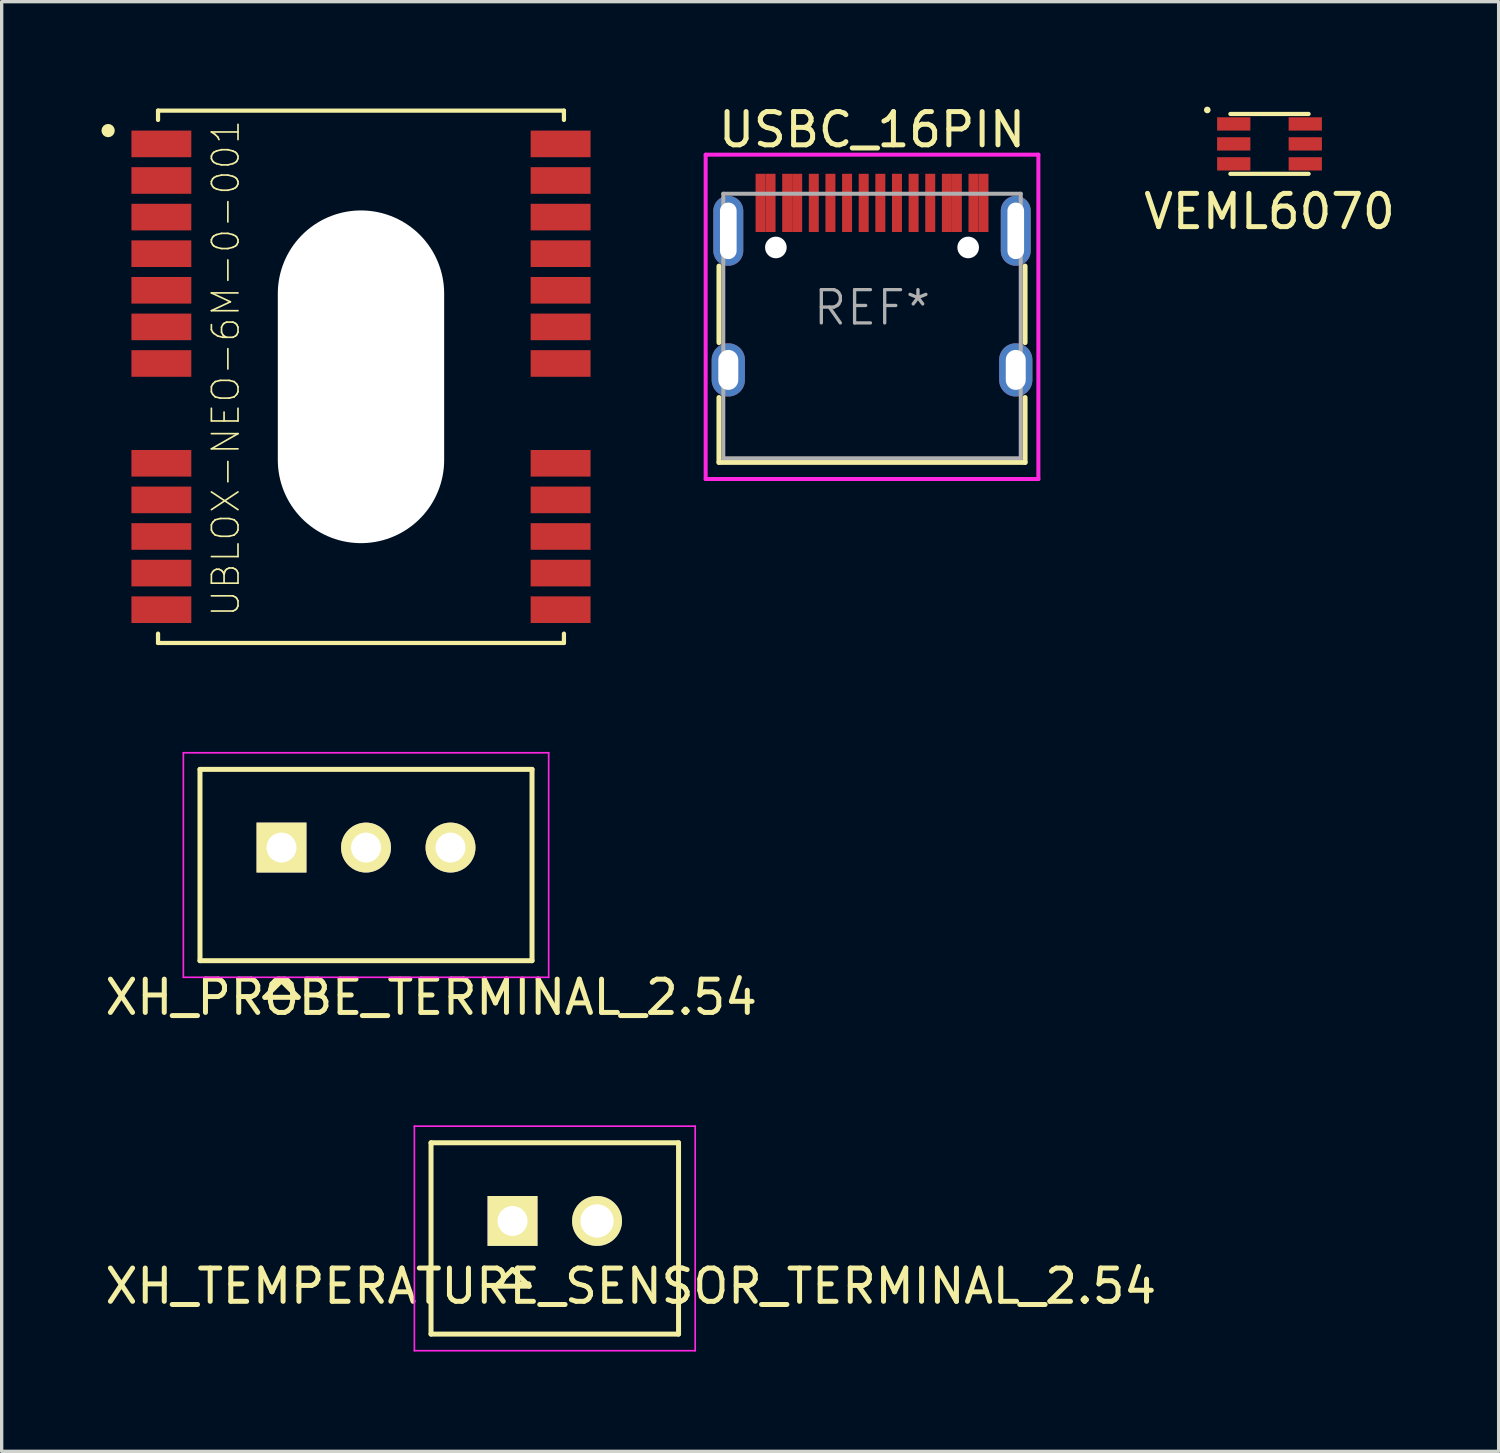
<source format=kicad_pcb>
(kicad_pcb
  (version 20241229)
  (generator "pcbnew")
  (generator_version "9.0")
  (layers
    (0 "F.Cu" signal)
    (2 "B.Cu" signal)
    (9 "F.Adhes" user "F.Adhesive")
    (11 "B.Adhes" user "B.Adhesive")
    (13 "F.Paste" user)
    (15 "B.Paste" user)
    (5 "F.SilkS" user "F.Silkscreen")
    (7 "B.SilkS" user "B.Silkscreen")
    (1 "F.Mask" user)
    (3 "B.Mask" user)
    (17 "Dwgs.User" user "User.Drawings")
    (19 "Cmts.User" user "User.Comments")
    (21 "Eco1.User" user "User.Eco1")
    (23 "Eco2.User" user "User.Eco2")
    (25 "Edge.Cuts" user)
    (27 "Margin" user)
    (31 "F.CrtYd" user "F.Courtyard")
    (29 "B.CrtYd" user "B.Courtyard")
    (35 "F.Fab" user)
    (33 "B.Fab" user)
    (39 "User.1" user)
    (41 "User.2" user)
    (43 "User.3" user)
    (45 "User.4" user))
  (footprint "USBC_16PIN"
    (layer "F.Cu")
    (at 23.16 6.198)
    (property "Reference" "USBC_16PIN" (at 0 -5.35 0) (layer "F.SilkS") (effects (font (size 1 1) (thickness 0.15))))
    (attr through_hole)
    (fp_line (start -4.6 1.05) (end -4.6 -1.25) (stroke (width 0.15) (type solid)) (layer "F.SilkS"))
    (fp_line (start -4.6 4.65) (end -4.6 2.7) (stroke (width 0.15) (type solid)) (layer "F.SilkS"))
    (fp_line (start 4.6 1.05) (end 4.6 -1.25) (stroke (width 0.15) (type solid)) (layer "F.SilkS"))
    (fp_line (start 4.6 4.65) (end -4.6 4.65) (stroke (width 0.15) (type solid)) (layer "F.SilkS"))
    (fp_line (start 4.6 4.65) (end 4.6 2.7) (stroke (width 0.15) (type solid)) (layer "F.SilkS"))
    (fp_line (start -5 -4.6) (end -5 5.15) (stroke (width 0.12) (type solid)) (layer "F.CrtYd"))
    (fp_line (start -5 -4.6) (end 5 -4.6) (stroke (width 0.12) (type solid)) (layer "F.CrtYd"))
    (fp_line (start -5 5.15) (end 5 5.15) (stroke (width 0.12) (type solid)) (layer "F.CrtYd"))
    (fp_line (start 5 -4.6) (end 5 5.15) (stroke (width 0.12) (type solid)) (layer "F.CrtYd"))
    (fp_line (start -4.47 -3.425) (end -4.47 4.525) (stroke (width 0.12) (type solid)) (layer "F.Fab"))
    (fp_line (start -4.47 -3.425) (end 4.47 -3.425) (stroke (width 0.12) (type solid)) (layer "F.Fab"))
    (fp_line (start 4.47 -3.425) (end 4.47 4.525) (stroke (width 0.12) (type solid)) (layer "F.Fab"))
    (fp_line (start 4.47 4.525) (end -4.47 4.525) (stroke (width 0.12) (type solid)) (layer "F.Fab"))
    (fp_text user "REF*" (at 0 0 0) (layer "F.Fab") (effects (font (size 1 1) (thickness 0.1))))
    (pad "" np_thru_hole circle (at -2.89 -1.81) (size 0.65 0.65) (drill 0.65) (layers "*.Cu" "*.Mask"))
    (pad "" np_thru_hole circle (at 2.89 -1.81) (size 0.65 0.65) (drill 0.65) (layers "*.Cu" "*.Mask"))
    (pad "A1" smd rect (at -3.35 -3.15) (size 0.3 1.75) (layers "F.Cu" "F.Mask" "F.Paste"))
    (pad "A4" smd rect (at -2.55 -3.15) (size 0.3 1.75) (layers "F.Cu" "F.Mask" "F.Paste"))
    (pad "A5" smd rect (at -1.25 -3.15) (size 0.3 1.75) (layers "F.Cu" "F.Mask" "F.Paste"))
    (pad "A6" smd rect (at -0.25 -3.15) (size 0.3 1.75) (layers "F.Cu" "F.Mask" "F.Paste"))
    (pad "A7" smd rect (at 0.25 -3.15) (size 0.3 1.75) (layers "F.Cu" "F.Mask" "F.Paste"))
    (pad "A8" smd rect (at 1.25 -3.15) (size 0.3 1.75) (layers "F.Cu" "F.Mask" "F.Paste"))
    (pad "A9" smd rect (at 2.55 -3.15) (size 0.3 1.75) (layers "F.Cu" "F.Mask" "F.Paste"))
    (pad "A12" smd rect (at 3.35 -3.15) (size 0.3 1.75) (layers "F.Cu" "F.Mask" "F.Paste"))
    (pad "B1" smd rect (at 3.05 -3.15) (size 0.3 1.75) (layers "F.Cu" "F.Mask" "F.Paste"))
    (pad "B4" smd rect (at 2.25 -3.15) (size 0.3 1.75) (layers "F.Cu" "F.Mask" "F.Paste"))
    (pad "B5" smd rect (at 1.75 -3.15) (size 0.3 1.75) (layers "F.Cu" "F.Mask" "F.Paste"))
    (pad "B6" smd rect (at 0.75 -3.15) (size 0.3 1.75) (layers "F.Cu" "F.Mask" "F.Paste"))
    (pad "B7" smd rect (at -0.75 -3.15) (size 0.3 1.75) (layers "F.Cu" "F.Mask" "F.Paste"))
    (pad "B8" smd rect (at -1.75 -3.15) (size 0.3 1.75) (layers "F.Cu" "F.Mask" "F.Paste"))
    (pad "B9" smd rect (at -2.25 -3.15) (size 0.3 1.75) (layers "F.Cu" "F.Mask" "F.Paste"))
    (pad "B12" smd rect (at -3.05 -3.15) (size 0.3 1.75) (layers "F.Cu" "F.Mask" "F.Paste"))
    (pad "S1" thru_hole oval (at -4.32 -2.31) (size 0.9 2.1) (drill oval 0.5 1.7) (layers "*.Cu" "*.Mask"))
    (pad "S1" thru_hole oval (at -4.32 1.87) (size 1 1.6) (drill oval 0.6 1.2) (layers "*.Cu" "*.Mask"))
    (pad "S1" thru_hole oval (at 4.32 -2.31) (size 0.9 2.1) (drill oval 0.5 1.7) (layers "*.Cu" "*.Mask"))
    (pad "S1" thru_hole oval (at 4.32 1.87) (size 1 1.6) (drill oval 0.6 1.2) (layers "*.Cu" "*.Mask")))
  (footprint "XH_TEMPERATURE_SENSOR_TERMINAL_2.54"
    (layer "F.Cu")
    (at 12.355 33.648)
    (property "Reference" "XH_TEMPERATURE_SENSOR_TERMINAL_2.54" (at 3.556 1.96 0) (layer "F.SilkS") (effects (font (size 1 1) (thickness 0.15))))
    (attr through_hole)
    (fp_line (start -2.45 -2.35) (end -2.45 3.4) (stroke (width 0.15) (type solid)) (layer "F.SilkS"))
    (fp_line (start -2.45 -2.35) (end 4.99 -2.35) (stroke (width 0.15) (type solid)) (layer "F.SilkS"))
    (fp_line (start -2.45 3.4) (end 4.99 3.4) (stroke (width 0.15) (type solid)) (layer "F.SilkS"))
    (fp_line (start -0.5 1.96) (end 0.5 1.96) (stroke (width 0.15) (type solid)) (layer "F.SilkS"))
    (fp_line (start 0 1.46) (end -0.5 1.96) (stroke (width 0.15) (type solid)) (layer "F.SilkS"))
    (fp_line (start 0 1.46) (end 0.5 1.96) (stroke (width 0.15) (type solid)) (layer "F.SilkS"))
    (fp_line (start 4.99 -2.35) (end 4.99 3.4) (stroke (width 0.15) (type solid)) (layer "F.SilkS"))
    (fp_line (start -2.95 -2.85) (end -2.95 3.9) (stroke (width 0.05) (type solid)) (layer "F.CrtYd"))
    (fp_line (start -2.95 -2.85) (end 5.49 -2.85) (stroke (width 0.05) (type solid)) (layer "F.CrtYd"))
    (fp_line (start -2.95 3.9) (end 5.49 3.9) (stroke (width 0.05) (type solid)) (layer "F.CrtYd"))
    (fp_line (start 5.49 -2.85) (end 5.49 3.9) (stroke (width 0.05) (type solid)) (layer "F.CrtYd"))
    (pad "1" thru_hole rect (at 0 0) (size 1.5 1.5) (drill 0.9) (layers "*.Cu" "*.Mask" "F.SilkS"))
    (pad "2" thru_hole circle (at 2.54 0) (size 1.5 1.5) (drill 1) (layers "*.Cu" "*.Mask" "F.SilkS")))
  (footprint "UBLOX-NEO-6M-0-001"
    (layer "F.Cu")
    (at 7.8 8.275)
    (property "Reference" "UBLOX-NEO-6M-0-001" (at -4.064 -0.254 270) (layer "F.SilkS") (effects (font (size 0.8 0.8) (thickness 0.05))))
    (attr smd)
    (fp_line (start -6.1 -8) (end 6.1 -8) (stroke (width 0.127) (type solid)) (layer "F.SilkS"))
    (fp_line (start -6.1 -7.72) (end -6.1 -8) (stroke (width 0.127) (type solid)) (layer "F.SilkS"))
    (fp_line (start -6.1 7.72) (end -6.1 8) (stroke (width 0.127) (type solid)) (layer "F.SilkS"))
    (fp_line (start -6.1 8) (end 6.1 8) (stroke (width 0.127) (type solid)) (layer "F.SilkS"))
    (fp_line (start 6.1 -8) (end 6.1 -7.72) (stroke (width 0.127) (type solid)) (layer "F.SilkS"))
    (fp_line (start 6.1 8) (end 6.1 7.72) (stroke (width 0.127) (type solid)) (layer "F.SilkS"))
    (fp_circle (center -7.6 -7.4) (end -7.5 -7.4) (stroke (width 0.2) (type solid)) (fill no) (layer "F.SilkS"))
    (fp_poly (pts (xy -7.3 -6.6) (xy -6.1 -6.6) (xy -6.1 -6.7) (xy -5.2 -6.7) (xy -5.2 -7.3) (xy -6.1 -7.3) (xy -6.1 -7.4) (xy -7.3 -7.4)) (stroke (width 0.0001) (type solid)) (fill yes) (layer "F.Paste"))
    (fp_poly (pts (xy -7.3 -5.5) (xy -6.1 -5.5) (xy -6.1 -5.6) (xy -5.2 -5.6) (xy -5.2 -6.2) (xy -6.1 -6.2) (xy -6.1 -6.3) (xy -7.3 -6.3)) (stroke (width 0.0001) (type solid)) (fill yes) (layer "F.Paste"))
    (fp_poly (pts (xy -7.3 -4.4) (xy -6.1 -4.4) (xy -6.1 -4.5) (xy -5.2 -4.5) (xy -5.2 -5.1) (xy -6.1 -5.1) (xy -6.1 -5.2) (xy -7.3 -5.2)) (stroke (width 0.0001) (type solid)) (fill yes) (layer "F.Paste"))
    (fp_poly (pts (xy -7.3 -3.3) (xy -6.1 -3.3) (xy -6.1 -3.4) (xy -5.2 -3.4) (xy -5.2 -4) (xy -6.1 -4) (xy -6.1 -4.1) (xy -7.3 -4.1)) (stroke (width 0.0001) (type solid)) (fill yes) (layer "F.Paste"))
    (fp_poly (pts (xy -7.3 -2.2) (xy -6.1 -2.2) (xy -6.1 -2.3) (xy -5.2 -2.3) (xy -5.2 -2.9) (xy -6.1 -2.9) (xy -6.1 -3) (xy -7.3 -3)) (stroke (width 0.0001) (type solid)) (fill yes) (layer "F.Paste"))
    (fp_poly (pts (xy -7.3 -1.1) (xy -6.1 -1.1) (xy -6.1 -1.2) (xy -5.2 -1.2) (xy -5.2 -1.8) (xy -6.1 -1.8) (xy -6.1 -1.9) (xy -7.3 -1.9)) (stroke (width 0.0001) (type solid)) (fill yes) (layer "F.Paste"))
    (fp_poly (pts (xy -7.3 0) (xy -6.1 0) (xy -6.1 -0.1) (xy -5.2 -0.1) (xy -5.2 -0.7) (xy -6.1 -0.7) (xy -6.1 -0.8) (xy -7.3 -0.8)) (stroke (width 0.0001) (type solid)) (fill yes) (layer "F.Paste"))
    (fp_poly (pts (xy -7.3 2.2) (xy -6.1 2.2) (xy -6.1 2.3) (xy -5.2 2.3) (xy -5.2 2.9) (xy -6.1 2.9) (xy -6.1 3) (xy -7.3 3)) (stroke (width 0.0001) (type solid)) (fill yes) (layer "F.Paste"))
    (fp_poly (pts (xy -7.3 3.3) (xy -6.1 3.3) (xy -6.1 3.4) (xy -5.2 3.4) (xy -5.2 4) (xy -6.1 4) (xy -6.1 4.1) (xy -7.3 4.1)) (stroke (width 0.0001) (type solid)) (fill yes) (layer "F.Paste"))
    (fp_poly (pts (xy -7.3 4.4) (xy -6.1 4.4) (xy -6.1 4.5) (xy -5.2 4.5) (xy -5.2 5.1) (xy -6.1 5.1) (xy -6.1 5.2) (xy -7.3 5.2)) (stroke (width 0.0001) (type solid)) (fill yes) (layer "F.Paste"))
    (fp_poly (pts (xy -7.3 5.5) (xy -6.1 5.5) (xy -6.1 5.6) (xy -5.2 5.6) (xy -5.2 6.2) (xy -6.1 6.2) (xy -6.1 6.3) (xy -7.3 6.3)) (stroke (width 0.0001) (type solid)) (fill yes) (layer "F.Paste"))
    (fp_poly (pts (xy -7.3 6.6) (xy -6.1 6.6) (xy -6.1 6.7) (xy -5.2 6.7) (xy -5.2 7.3) (xy -6.1 7.3) (xy -6.1 7.4) (xy -7.3 7.4)) (stroke (width 0.0001) (type solid)) (fill yes) (layer "F.Paste"))
    (fp_poly (pts (xy 7.3 -6.6) (xy 6.1 -6.6) (xy 6.1 -6.7) (xy 5.2 -6.7) (xy 5.2 -7.3) (xy 6.1 -7.3) (xy 6.1 -7.4) (xy 7.3 -7.4)) (stroke (width 0.0001) (type solid)) (fill yes) (layer "F.Paste"))
    (fp_poly (pts (xy 7.3 -5.5) (xy 6.1 -5.5) (xy 6.1 -5.6) (xy 5.2 -5.6) (xy 5.2 -6.2) (xy 6.1 -6.2) (xy 6.1 -6.3) (xy 7.3 -6.3)) (stroke (width 0.0001) (type solid)) (fill yes) (layer "F.Paste"))
    (fp_poly (pts (xy 7.3 -4.4) (xy 6.1 -4.4) (xy 6.1 -4.5) (xy 5.2 -4.5) (xy 5.2 -5.1) (xy 6.1 -5.1) (xy 6.1 -5.2) (xy 7.3 -5.2)) (stroke (width 0.0001) (type solid)) (fill yes) (layer "F.Paste"))
    (fp_poly (pts (xy 7.3 -3.3) (xy 6.1 -3.3) (xy 6.1 -3.4) (xy 5.2 -3.4) (xy 5.2 -4) (xy 6.1 -4) (xy 6.1 -4.1) (xy 7.3 -4.1)) (stroke (width 0.0001) (type solid)) (fill yes) (layer "F.Paste"))
    (fp_poly (pts (xy 7.3 -2.2) (xy 6.1 -2.2) (xy 6.1 -2.3) (xy 5.2 -2.3) (xy 5.2 -2.9) (xy 6.1 -2.9) (xy 6.1 -3) (xy 7.3 -3)) (stroke (width 0.0001) (type solid)) (fill yes) (layer "F.Paste"))
    (fp_poly (pts (xy 7.3 -1.1) (xy 6.1 -1.1) (xy 6.1 -1.2) (xy 5.2 -1.2) (xy 5.2 -1.8) (xy 6.1 -1.8) (xy 6.1 -1.9) (xy 7.3 -1.9)) (stroke (width 0.0001) (type solid)) (fill yes) (layer "F.Paste"))
    (fp_poly (pts (xy 7.3 0) (xy 6.1 0) (xy 6.1 -0.1) (xy 5.2 -0.1) (xy 5.2 -0.7) (xy 6.1 -0.7) (xy 6.1 -0.8) (xy 7.3 -0.8)) (stroke (width 0.0001) (type solid)) (fill yes) (layer "F.Paste"))
    (fp_poly (pts (xy 7.3 2.2) (xy 6.1 2.2) (xy 6.1 2.3) (xy 5.2 2.3) (xy 5.2 2.9) (xy 6.1 2.9) (xy 6.1 3) (xy 7.3 3)) (stroke (width 0.0001) (type solid)) (fill yes) (layer "F.Paste"))
    (fp_poly (pts (xy 7.3 3.3) (xy 6.1 3.3) (xy 6.1 3.4) (xy 5.2 3.4) (xy 5.2 4) (xy 6.1 4) (xy 6.1 4.1) (xy 7.3 4.1)) (stroke (width 0.0001) (type solid)) (fill yes) (layer "F.Paste"))
    (fp_poly (pts (xy 7.3 4.4) (xy 6.1 4.4) (xy 6.1 4.5) (xy 5.2 4.5) (xy 5.2 5.1) (xy 6.1 5.1) (xy 6.1 5.2) (xy 7.3 5.2)) (stroke (width 0.0001) (type solid)) (fill yes) (layer "F.Paste"))
    (fp_poly (pts (xy 7.3 5.5) (xy 6.1 5.5) (xy 6.1 5.6) (xy 5.2 5.6) (xy 5.2 6.2) (xy 6.1 6.2) (xy 6.1 6.3) (xy 7.3 6.3)) (stroke (width 0.0001) (type solid)) (fill yes) (layer "F.Paste"))
    (fp_poly (pts (xy 7.3 6.6) (xy 6.1 6.6) (xy 6.1 6.7) (xy 5.2 6.7) (xy 5.2 7.3) (xy 6.1 7.3) (xy 6.1 7.4) (xy 7.3 7.4)) (stroke (width 0.0001) (type solid)) (fill yes) (layer "F.Paste"))
    (fp_line (start -7.15 -8.25) (end 7.15 -8.25) (stroke (width 0.05) (type solid)) (layer "Eco1.User"))
    (fp_line (start -7.15 8.25) (end -7.15 -8.25) (stroke (width 0.05) (type solid)) (layer "Eco1.User"))
    (fp_line (start 7.15 -8.25) (end 7.15 8.25) (stroke (width 0.05) (type solid)) (layer "Eco1.User"))
    (fp_line (start 7.15 8.25) (end -7.15 8.25) (stroke (width 0.05) (type solid)) (layer "Eco1.User"))
    (fp_line (start -6.1 -8) (end 6.1 -8) (stroke (width 0.127) (type solid)) (layer "Eco2.User"))
    (fp_line (start -6.1 8) (end -6.1 -8) (stroke (width 0.127) (type solid)) (layer "Eco2.User"))
    (fp_line (start 6.1 -8) (end 6.1 8) (stroke (width 0.127) (type solid)) (layer "Eco2.User"))
    (fp_line (start 6.1 8) (end -6.1 8) (stroke (width 0.127) (type solid)) (layer "Eco2.User"))
    (fp_circle (center -7.6 -7.4) (end -7.5 -7.4) (stroke (width 0.2) (type solid)) (fill no) (layer "Eco2.User"))
    (pad "" np_thru_hole oval (at 0 0 270) (size 10 5) (drill oval 10 5) (layers "*.Cu" "*.Mask"))
    (pad "1" smd rect (at -6 -7 180) (size 1.8 0.8) (layers "F.Cu" "F.Mask" "F.Paste"))
    (pad "2" smd rect (at -6 -5.9 180) (size 1.8 0.8) (layers "F.Cu" "F.Mask" "F.Paste"))
    (pad "3" smd rect (at -6 -4.8 180) (size 1.8 0.8) (layers "F.Cu" "F.Mask" "F.Paste"))
    (pad "4" smd rect (at -6 -3.7 180) (size 1.8 0.8) (layers "F.Cu" "F.Mask" "F.Paste"))
    (pad "5" smd rect (at -6 -2.6 180) (size 1.8 0.8) (layers "F.Cu" "F.Mask" "F.Paste"))
    (pad "6" smd rect (at -6 -1.5 180) (size 1.8 0.8) (layers "F.Cu" "F.Mask" "F.Paste"))
    (pad "7" smd rect (at -6 -0.4 180) (size 1.8 0.8) (layers "F.Cu" "F.Mask" "F.Paste"))
    (pad "8" smd rect (at -6 2.6 180) (size 1.8 0.8) (layers "F.Cu" "F.Mask" "F.Paste"))
    (pad "9" smd rect (at -6 3.7 180) (size 1.8 0.8) (layers "F.Cu" "F.Mask" "F.Paste"))
    (pad "10" smd rect (at -6 4.8 180) (size 1.8 0.8) (layers "F.Cu" "F.Mask" "F.Paste"))
    (pad "11" smd rect (at -6 5.9 180) (size 1.8 0.8) (layers "F.Cu" "F.Mask" "F.Paste"))
    (pad "12" smd rect (at -6 7 180) (size 1.8 0.8) (layers "F.Cu" "F.Mask" "F.Paste"))
    (pad "13" smd rect (at 6 7 180) (size 1.8 0.8) (layers "F.Cu" "F.Mask" "F.Paste"))
    (pad "14" smd rect (at 6 5.9 180) (size 1.8 0.8) (layers "F.Cu" "F.Mask" "F.Paste"))
    (pad "15" smd rect (at 6 4.8 180) (size 1.8 0.8) (layers "F.Cu" "F.Mask" "F.Paste"))
    (pad "16" smd rect (at 6 3.7 180) (size 1.8 0.8) (layers "F.Cu" "F.Mask" "F.Paste"))
    (pad "17" smd rect (at 6 2.6 180) (size 1.8 0.8) (layers "F.Cu" "F.Mask" "F.Paste"))
    (pad "18" smd rect (at 6 -0.4 180) (size 1.8 0.8) (layers "F.Cu" "F.Mask" "F.Paste"))
    (pad "19" smd rect (at 6 -1.5 180) (size 1.8 0.8) (layers "F.Cu" "F.Mask" "F.Paste"))
    (pad "20" smd rect (at 6 -2.6 180) (size 1.8 0.8) (layers "F.Cu" "F.Mask" "F.Paste"))
    (pad "21" smd rect (at 6 -3.7 180) (size 1.8 0.8) (layers "F.Cu" "F.Mask" "F.Paste"))
    (pad "22" smd rect (at 6 -4.8 180) (size 1.8 0.8) (layers "F.Cu" "F.Mask" "F.Paste"))
    (pad "23" smd rect (at 6 -5.9 180) (size 1.8 0.8) (layers "F.Cu" "F.Mask" "F.Paste"))
    (pad "24" smd rect (at 6 -7 180) (size 1.8 0.8) (layers "F.Cu" "F.Mask" "F.Paste")))
  (footprint "XH_PROBE_TERMINAL_2.54"
    (layer "F.Cu")
    (at 5.411 22.425)
    (property "Reference" "XH_PROBE_TERMINAL_2.54" (at 4.5 4.5 0) (layer "F.SilkS") (effects (font (size 1 1) (thickness 0.15))))
    (attr through_hole)
    (fp_line (start -2.45 -2.35) (end -2.45 3.4) (stroke (width 0.15) (type solid)) (layer "F.SilkS"))
    (fp_line (start -2.45 -2.35) (end 7.53 -2.35) (stroke (width 0.15) (type solid)) (layer "F.SilkS"))
    (fp_line (start -2.45 3.4) (end 7.53 3.4) (stroke (width 0.15) (type solid)) (layer "F.SilkS"))
    (fp_line (start -0.5 4.5) (end 0.5 4.5) (stroke (width 0.15) (type solid)) (layer "F.SilkS"))
    (fp_line (start 0 4) (end -0.5 4.5) (stroke (width 0.15) (type solid)) (layer "F.SilkS"))
    (fp_line (start 0 4) (end 0.5 4.5) (stroke (width 0.15) (type solid)) (layer "F.SilkS"))
    (fp_line (start 7.53 -2.35) (end 7.53 3.4) (stroke (width 0.15) (type solid)) (layer "F.SilkS"))
    (fp_line (start -2.95 -2.85) (end -2.95 3.9) (stroke (width 0.05) (type solid)) (layer "F.CrtYd"))
    (fp_line (start -2.95 -2.85) (end 8.03 -2.85) (stroke (width 0.05) (type solid)) (layer "F.CrtYd"))
    (fp_line (start -2.95 3.9) (end 8.03 3.9) (stroke (width 0.05) (type solid)) (layer "F.CrtYd"))
    (fp_line (start 8.03 -2.85) (end 8.03 3.9) (stroke (width 0.05) (type solid)) (layer "F.CrtYd"))
    (pad "1" thru_hole rect (at 0 0) (size 1.5 1.5) (drill 0.9) (layers "*.Cu" "*.Mask" "F.SilkS"))
    (pad "2" thru_hole circle (at 2.54 0) (size 1.5 1.5) (drill 0.9) (layers "*.Cu" "*.Mask" "F.SilkS"))
    (pad "3" thru_hole circle (at 5.08 0) (size 1.5 1.5) (drill 0.9) (layers "*.Cu" "*.Mask" "F.SilkS")))
  (footprint "VEML6070"
    (layer "F.Cu")
    (at 35.107 1.275)
    (property "Reference" "VEML6070" (at 0 2.032 0) (layer "F.SilkS") (effects (font (size 1 1) (thickness 0.15))))
    (attr smd)
    (fp_line (start -1.175 -0.9) (end 1.175 -0.9) (stroke (width 0.127) (type solid)) (layer "F.SilkS"))
    (fp_line (start -1.175 0.9) (end 1.175 0.9) (stroke (width 0.127) (type solid)) (layer "F.SilkS"))
    (fp_circle (center -1.87 -1.02) (end -1.82 -1.02) (stroke (width 0.1) (type solid)) (fill no) (layer "F.SilkS"))
    (fp_line (start -2 -1.25) (end 2 -1.25) (stroke (width 0.05) (type solid)) (layer "Eco1.User"))
    (fp_line (start -2 1.25) (end -2 -1.25) (stroke (width 0.05) (type solid)) (layer "Eco1.User"))
    (fp_line (start 2 -1.25) (end 2 1.25) (stroke (width 0.05) (type solid)) (layer "Eco1.User"))
    (fp_line (start 2 1.25) (end -2 1.25) (stroke (width 0.05) (type solid)) (layer "Eco1.User"))
    (fp_line (start -1.175 -0.9) (end 1.175 -0.9) (stroke (width 0.127) (type solid)) (layer "Eco2.User"))
    (fp_line (start -1.175 0.9) (end -1.175 -0.9) (stroke (width 0.127) (type solid)) (layer "Eco2.User"))
    (fp_line (start 1.175 -0.9) (end 1.175 0.9) (stroke (width 0.127) (type solid)) (layer "Eco2.User"))
    (fp_line (start 1.175 0.9) (end -1.175 0.9) (stroke (width 0.127) (type solid)) (layer "Eco2.User"))
    (pad "1" smd rect (at -1.075 -0.6 90) (size 0.4 1) (layers "F.Cu" "F.Mask" "F.Paste"))
    (pad "2" smd rect (at -1.075 0 90) (size 0.4 1) (layers "F.Cu" "F.Mask" "F.Paste"))
    (pad "3" smd rect (at -1.075 0.6 90) (size 0.4 1) (layers "F.Cu" "F.Mask" "F.Paste"))
    (pad "4" smd rect (at 1.075 0.6 90) (size 0.4 1) (layers "F.Cu" "F.Mask" "F.Paste"))
    (pad "5" smd rect (at 1.075 0 90) (size 0.4 1) (layers "F.Cu" "F.Mask" "F.Paste"))
    (pad "6" smd rect (at 1.075 -0.6 90) (size 0.4 1) (layers "F.Cu" "F.Mask" "F.Paste")))
  (gr_rect
    (start -3 -3)
    (end 41.994 40.573)
    (stroke (width 0.1) (type default))
    (fill no)
    (layer "Edge.Cuts")))
</source>
